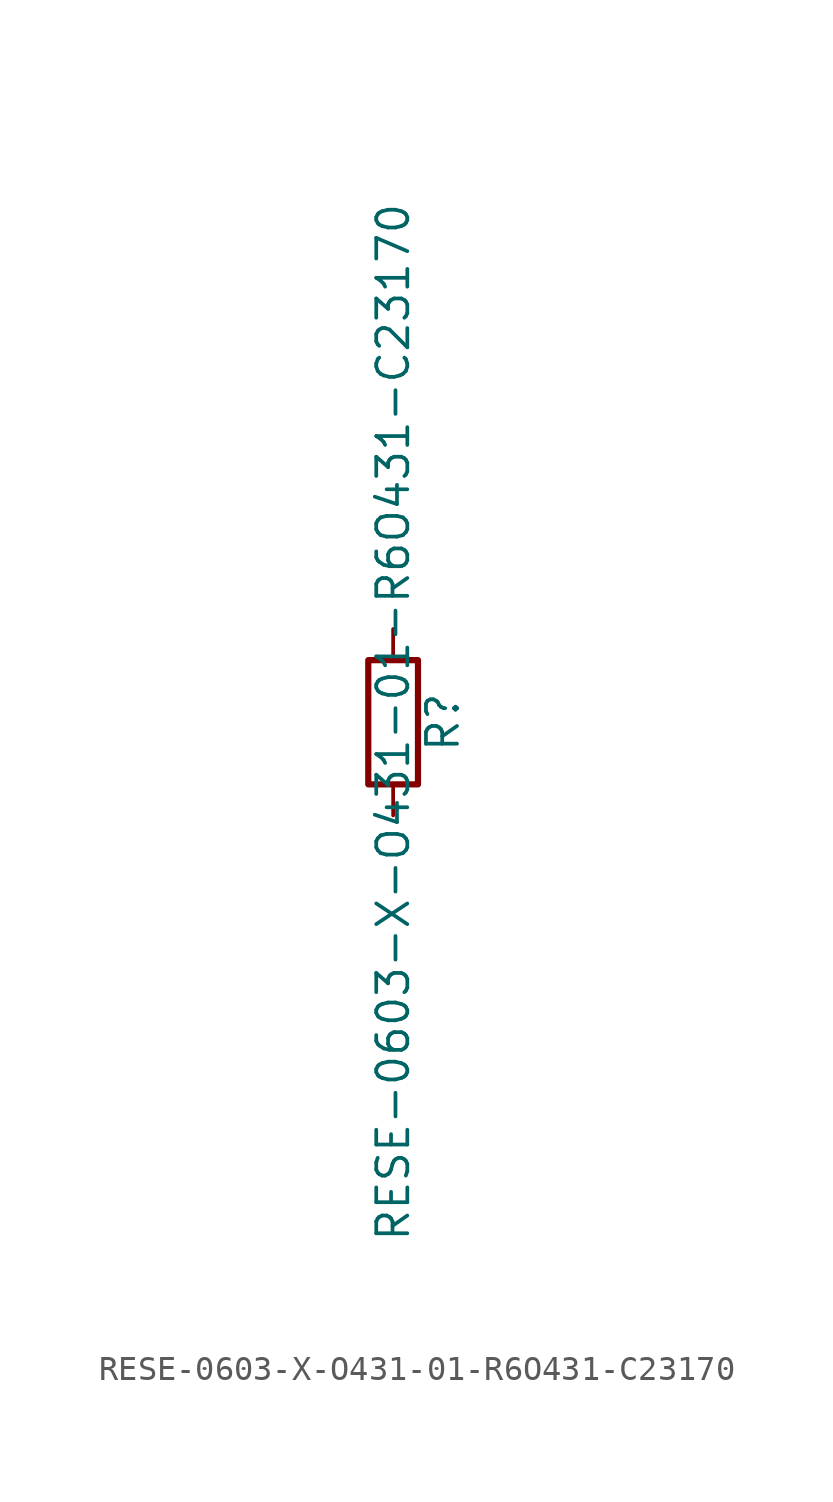
<source format=kicad_sym>
(kicad_symbol_lib
  (version 20211014)
  (generator kicad_symbol_editor)
  (symbol "RESE-0603-X-O431-01-R6O431-C23170"
    (pin_numbers hide)
    (pin_names
      (offset 0))
    (property "Reference" "R"
      (at 2.032 0 90)
      (effects (font (size 1.27 1.27))))
    (property "Value" "RESE-0603-X-O431-01-R6O431-C23170"
      (at 0 0 90)
      (effects (font (size 1.27 1.27))))
    (symbol "RESE-0603-X-O431-01-R6O431-C23170_0_1"
      (rectangle (start -1.016 -2.54) (end 1.016 2.54) (stroke (width 0.254) (type default) (color 0 0 0 0)) (fill (type none))))
    (symbol "RESE-0603-X-O431-01-R6O431-C23170_1_1"
      (pin passive line (at 0 3.81 270) (length 1.27) (name "~" (effects (font (size 1.27 1.27)))) (number "1" (effects (font (size 1.27 1.27)))))
      (pin passive line (at 0 -3.81 90) (length 1.27) (name "~" (effects (font (size 1.27 1.27)))) (number "2" (effects (font (size 1.27 1.27))))))))
</source>
